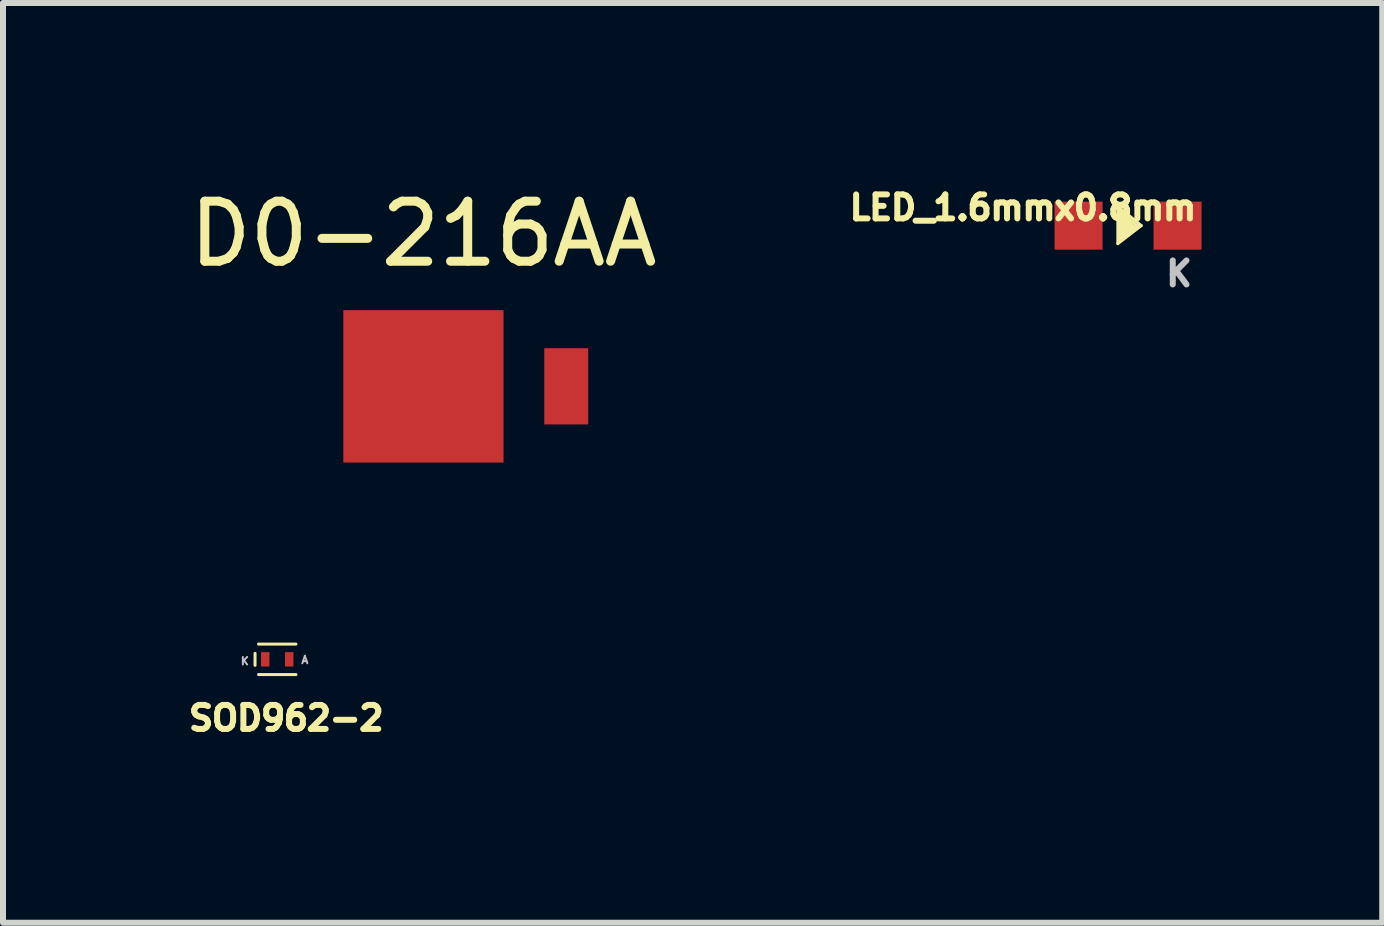
<source format=kicad_pcb>
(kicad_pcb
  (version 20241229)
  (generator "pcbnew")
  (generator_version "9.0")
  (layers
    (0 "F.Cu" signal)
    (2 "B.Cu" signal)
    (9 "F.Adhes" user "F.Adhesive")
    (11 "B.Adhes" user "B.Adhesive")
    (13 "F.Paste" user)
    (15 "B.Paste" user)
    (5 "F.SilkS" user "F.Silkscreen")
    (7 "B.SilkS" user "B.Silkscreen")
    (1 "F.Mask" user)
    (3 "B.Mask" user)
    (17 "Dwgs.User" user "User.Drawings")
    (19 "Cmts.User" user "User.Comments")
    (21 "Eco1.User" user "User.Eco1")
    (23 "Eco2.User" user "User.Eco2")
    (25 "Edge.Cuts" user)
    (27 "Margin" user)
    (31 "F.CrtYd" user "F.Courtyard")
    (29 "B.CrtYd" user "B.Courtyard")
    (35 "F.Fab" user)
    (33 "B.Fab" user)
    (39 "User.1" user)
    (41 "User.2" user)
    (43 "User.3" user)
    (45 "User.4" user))
  (footprint "SOD962-2"
    (layer "F.Cu")
    (at 1.57 7.937)
    (property "Reference" "SOD962-2" (at 0.15 0.98 0) (layer "F.SilkS") (effects (font (size 0.4 0.4) (thickness 0.1))))
    (attr through_hole)
    (fp_line (start -0.37 -0.1) (end -0.37 0.1) (stroke (width 0.05) (type solid)) (layer "F.SilkS"))
    (fp_line (start -0.312 -0.254) (end 0.312 -0.254) (stroke (width 0.05) (type solid)) (layer "F.SilkS"))
    (fp_line (start 0.312 0.254) (end -0.312 0.254) (stroke (width 0.05) (type solid)) (layer "F.SilkS"))
    (fp_text user "A" (at 0.46 0.01 0) (layer "Dwgs.User") (effects (font (size 0.127 0.127) (thickness 0.032))))
    (fp_text user "K" (at -0.54 0.03 0) (layer "Dwgs.User") (effects (font (size 0.127 0.127) (thickness 0.032))))
    (pad "1" smd rect (at -0.2 0) (size 0.14 0.24) (layers "F.Cu" "F.Mask" "F.Paste"))
    (pad "2" smd rect (at 0.2 0) (size 0.14 0.24) (layers "F.Cu" "F.Mask" "F.Paste")))
  (footprint "D0−216AA"
    (layer "F.Cu")
    (at 4.006 3.388)
    (property "Reference" "D0−216AA" (at 0 -2.54 0) (layer "F.SilkS") (effects (font (size 1 1) (thickness 0.15))))
    (attr through_hole)
    (pad "1" smd rect (at 0 0) (size 2.67 2.54) (layers "F.Cu" "F.Mask" "F.Paste"))
    (pad "2" smd rect (at 2.38 0) (size 0.732 1.27) (layers "F.Cu" "F.Mask" "F.Paste")))
  (footprint "LED_1.6mmx0.8mm"
    (layer "F.Cu")
    (at 15.748 0.71)
    (property "Reference" "LED_1.6mmx0.8mm" (at -1.75 -0.3 0) (layer "F.SilkS") (effects (font (size 0.4 0.4) (thickness 0.1))))
    (attr through_hole)
    (fp_line (start -0.17 -0.31) (end -0.17 0.3) (stroke (width 0.05) (type solid)) (layer "F.SilkS"))
    (fp_line (start -0.17 0.3) (end 0.22 0) (stroke (width 0.05) (type solid)) (layer "F.SilkS"))
    (fp_line (start -0.15 -0.25) (end 0.16 0.01) (stroke (width 0.05) (type solid)) (layer "F.SilkS"))
    (fp_line (start -0.14 0.24) (end -0.13 -0.2) (stroke (width 0.05) (type solid)) (layer "F.SilkS"))
    (fp_line (start -0.13 -0.2) (end 0.1 0.02) (stroke (width 0.05) (type solid)) (layer "F.SilkS"))
    (fp_line (start -0.11 0.18) (end -0.1 -0.13) (stroke (width 0.05) (type solid)) (layer "F.SilkS"))
    (fp_line (start -0.1 -0.13) (end 0.05 0.03) (stroke (width 0.05) (type solid)) (layer "F.SilkS"))
    (fp_line (start -0.08 0.11) (end -0.07 -0.07) (stroke (width 0.05) (type solid)) (layer "F.SilkS"))
    (fp_line (start -0.07 -0.07) (end 0.01 0.04) (stroke (width 0.05) (type solid)) (layer "F.SilkS"))
    (fp_line (start -0.05 0.06) (end -0.05 0) (stroke (width 0.05) (type solid)) (layer "F.SilkS"))
    (fp_line (start 0.01 0.04) (end -0.05 0.06) (stroke (width 0.05) (type solid)) (layer "F.SilkS"))
    (fp_line (start 0.05 0.03) (end -0.08 0.11) (stroke (width 0.05) (type solid)) (layer "F.SilkS"))
    (fp_line (start 0.1 0.02) (end -0.11 0.18) (stroke (width 0.05) (type solid)) (layer "F.SilkS"))
    (fp_line (start 0.16 0.01) (end -0.14 0.24) (stroke (width 0.05) (type solid)) (layer "F.SilkS"))
    (fp_line (start 0.22 0) (end -0.16 -0.31) (stroke (width 0.05) (type solid)) (layer "F.SilkS"))
    (fp_text user "K" (at 0.85 0.8 0) (layer "Dwgs.User") (effects (font (size 0.4 0.4) (thickness 0.1))))
    (pad "1" smd rect (at -0.825 0) (size 0.8 0.8) (layers "F.Cu" "F.Mask" "F.Paste"))
    (pad "2" smd rect (at 0.825 0) (size 0.8 0.8) (layers "F.Cu" "F.Mask" "F.Paste")))
  (gr_rect
    (start -3 -3)
    (end 19.984 12.327)
    (stroke (width 0.1) (type default))
    (fill no)
    (layer "Edge.Cuts")))
</source>
